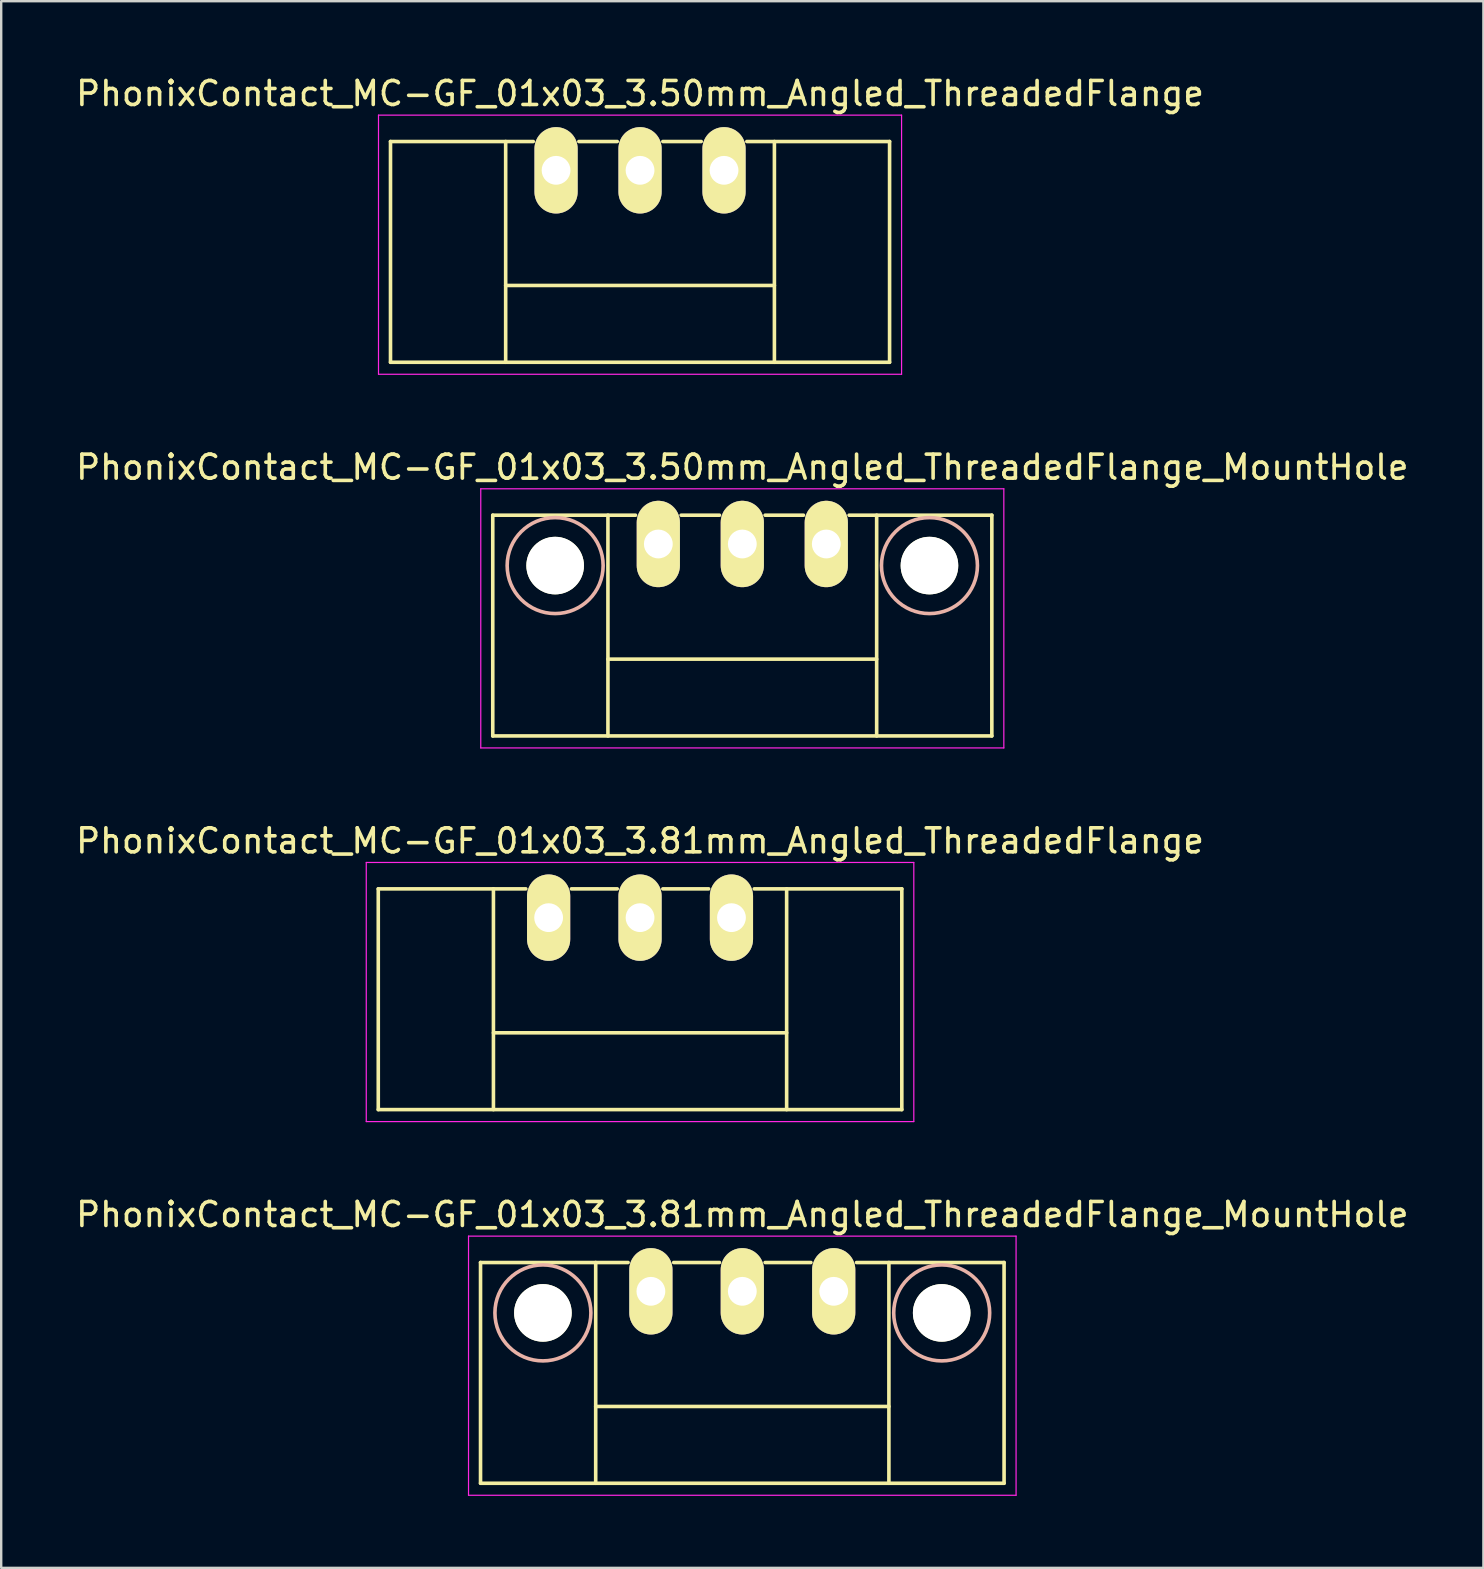
<source format=kicad_pcb>
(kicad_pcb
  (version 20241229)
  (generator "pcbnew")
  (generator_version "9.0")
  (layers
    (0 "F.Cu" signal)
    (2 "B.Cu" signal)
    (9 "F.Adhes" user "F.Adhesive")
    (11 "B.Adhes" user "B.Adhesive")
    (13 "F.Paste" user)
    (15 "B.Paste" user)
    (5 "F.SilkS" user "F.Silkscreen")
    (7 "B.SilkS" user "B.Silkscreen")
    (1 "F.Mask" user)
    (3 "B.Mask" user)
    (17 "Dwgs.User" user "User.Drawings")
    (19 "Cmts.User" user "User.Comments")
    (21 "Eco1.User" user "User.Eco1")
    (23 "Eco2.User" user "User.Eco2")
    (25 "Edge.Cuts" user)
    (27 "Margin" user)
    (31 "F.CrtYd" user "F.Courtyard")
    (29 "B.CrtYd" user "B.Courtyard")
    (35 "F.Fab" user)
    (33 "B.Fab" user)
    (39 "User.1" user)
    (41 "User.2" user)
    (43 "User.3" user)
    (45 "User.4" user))
  (footprint "PhonixContact_MC-GF_01x03_3.50mm_Angled_ThreadedFlange"
    (layer "F.Cu")
    (at 20.125 4.048)
    (property "Reference" "PhonixContact_MC-GF_01x03_3.50mm_Angled_ThreadedFlange" (at 3.5 -3.2 0) (layer "F.SilkS") (effects (font (size 1 1) (thickness 0.15))))
    (attr through_hole)
    (fp_line (start -6.9 -1.2) (end -6.9 8) (stroke (width 0.15) (type solid)) (layer "F.SilkS"))
    (fp_line (start -6.9 -1.2) (end -0.95 -1.2) (stroke (width 0.15) (type solid)) (layer "F.SilkS"))
    (fp_line (start -6.9 8) (end 13.9 8) (stroke (width 0.15) (type solid)) (layer "F.SilkS"))
    (fp_line (start -2.1 -1.2) (end -2.1 8) (stroke (width 0.15) (type solid)) (layer "F.SilkS"))
    (fp_line (start -2.1 4.8) (end 9.1 4.8) (stroke (width 0.15) (type solid)) (layer "F.SilkS"))
    (fp_line (start 0.95 -1.2) (end 2.55 -1.2) (stroke (width 0.15) (type solid)) (layer "F.SilkS"))
    (fp_line (start 4.45 -1.2) (end 6.05 -1.2) (stroke (width 0.15) (type solid)) (layer "F.SilkS"))
    (fp_line (start 9.1 -1.2) (end 9.1 8) (stroke (width 0.15) (type solid)) (layer "F.SilkS"))
    (fp_line (start 13.9 -1.2) (end 7.95 -1.2) (stroke (width 0.15) (type solid)) (layer "F.SilkS"))
    (fp_line (start 13.9 8) (end 13.9 -1.2) (stroke (width 0.15) (type solid)) (layer "F.SilkS"))
    (fp_line (start -7.4 -2.3) (end -7.4 8.5) (stroke (width 0.05) (type solid)) (layer "F.CrtYd"))
    (fp_line (start -7.4 8.5) (end 14.4 8.5) (stroke (width 0.05) (type solid)) (layer "F.CrtYd"))
    (fp_line (start 14.4 -2.3) (end -7.4 -2.3) (stroke (width 0.05) (type solid)) (layer "F.CrtYd"))
    (fp_line (start 14.4 8.5) (end 14.4 -2.3) (stroke (width 0.05) (type solid)) (layer "F.CrtYd"))
    (pad "1" thru_hole oval (at 0 0) (size 1.8 3.6) (drill 1.2) (layers "*.Cu" "*.Mask" "F.SilkS"))
    (pad "2" thru_hole oval (at 3.5 0) (size 1.8 3.6) (drill 1.2) (layers "*.Cu" "*.Mask" "F.SilkS"))
    (pad "3" thru_hole oval (at 7 0) (size 1.8 3.6) (drill 1.2) (layers "*.Cu" "*.Mask" "F.SilkS")))
  (footprint "PhonixContact_MC-GF_01x03_3.81mm_Angled_ThreadedFlange_MountHole"
    (layer "F.Cu")
    (at 24.077 50.768)
    (property "Reference" "PhonixContact_MC-GF_01x03_3.81mm_Angled_ThreadedFlange_MountHole" (at 3.81 -3.2 0) (layer "F.SilkS") (effects (font (size 1 1) (thickness 0.15))))
    (attr through_hole)
    (fp_line (start -7.1 -1.2) (end -7.1 8) (stroke (width 0.15) (type solid)) (layer "F.SilkS"))
    (fp_line (start -7.1 -1.2) (end -0.95 -1.2) (stroke (width 0.15) (type solid)) (layer "F.SilkS"))
    (fp_line (start -7.1 8) (end 14.72 8) (stroke (width 0.15) (type solid)) (layer "F.SilkS"))
    (fp_line (start -2.3 -1.2) (end -2.3 8) (stroke (width 0.15) (type solid)) (layer "F.SilkS"))
    (fp_line (start -2.3 4.8) (end 9.92 4.8) (stroke (width 0.15) (type solid)) (layer "F.SilkS"))
    (fp_line (start 0.95 -1.2) (end 2.86 -1.2) (stroke (width 0.15) (type solid)) (layer "F.SilkS"))
    (fp_line (start 4.76 -1.2) (end 6.67 -1.2) (stroke (width 0.15) (type solid)) (layer "F.SilkS"))
    (fp_line (start 9.92 -1.2) (end 9.92 8) (stroke (width 0.15) (type solid)) (layer "F.SilkS"))
    (fp_line (start 14.72 -1.2) (end 8.57 -1.2) (stroke (width 0.15) (type solid)) (layer "F.SilkS"))
    (fp_line (start 14.72 8) (end 14.72 -1.2) (stroke (width 0.15) (type solid)) (layer "F.SilkS"))
    (fp_circle (center -4.5 0.9) (end -2.5 0.9) (stroke (width 0.15) (type solid)) (fill no) (layer "B.SilkS"))
    (fp_circle (center 12.12 0.9) (end 14.12 0.9) (stroke (width 0.15) (type solid)) (fill no) (layer "B.SilkS"))
    (fp_line (start -7.6 -2.3) (end -7.6 8.5) (stroke (width 0.05) (type solid)) (layer "F.CrtYd"))
    (fp_line (start -7.6 8.5) (end 15.22 8.5) (stroke (width 0.05) (type solid)) (layer "F.CrtYd"))
    (fp_line (start 15.22 -2.3) (end -7.6 -2.3) (stroke (width 0.05) (type solid)) (layer "F.CrtYd"))
    (fp_line (start 15.22 8.5) (end 15.22 -2.3) (stroke (width 0.05) (type solid)) (layer "F.CrtYd"))
    (pad "" np_thru_hole circle (at -4.5 0.9) (size 2.4 2.4) (drill 2.4) (layers "*.Cu" "*.Mask" "F.SilkS"))
    (pad "" np_thru_hole circle (at 12.12 0.9) (size 2.4 2.4) (drill 2.4) (layers "*.Cu" "*.Mask" "F.SilkS"))
    (pad "1" thru_hole oval (at 0 0) (size 1.8 3.6) (drill 1.2) (layers "*.Cu" "*.Mask" "F.SilkS"))
    (pad "2" thru_hole oval (at 3.81 0) (size 1.8 3.6) (drill 1.2) (layers "*.Cu" "*.Mask" "F.SilkS"))
    (pad "3" thru_hole oval (at 7.62 0) (size 1.8 3.6) (drill 1.2) (layers "*.Cu" "*.Mask" "F.SilkS")))
  (footprint "PhonixContact_MC-GF_01x03_3.50mm_Angled_ThreadedFlange_MountHole"
    (layer "F.Cu")
    (at 24.387 19.622)
    (property "Reference" "PhonixContact_MC-GF_01x03_3.50mm_Angled_ThreadedFlange_MountHole" (at 3.5 -3.2 0) (layer "F.SilkS") (effects (font (size 1 1) (thickness 0.15))))
    (attr through_hole)
    (fp_line (start -6.9 -1.2) (end -6.9 8) (stroke (width 0.15) (type solid)) (layer "F.SilkS"))
    (fp_line (start -6.9 -1.2) (end -0.95 -1.2) (stroke (width 0.15) (type solid)) (layer "F.SilkS"))
    (fp_line (start -6.9 8) (end 13.9 8) (stroke (width 0.15) (type solid)) (layer "F.SilkS"))
    (fp_line (start -2.1 -1.2) (end -2.1 8) (stroke (width 0.15) (type solid)) (layer "F.SilkS"))
    (fp_line (start -2.1 4.8) (end 9.1 4.8) (stroke (width 0.15) (type solid)) (layer "F.SilkS"))
    (fp_line (start 0.95 -1.2) (end 2.55 -1.2) (stroke (width 0.15) (type solid)) (layer "F.SilkS"))
    (fp_line (start 4.45 -1.2) (end 6.05 -1.2) (stroke (width 0.15) (type solid)) (layer "F.SilkS"))
    (fp_line (start 9.1 -1.2) (end 9.1 8) (stroke (width 0.15) (type solid)) (layer "F.SilkS"))
    (fp_line (start 13.9 -1.2) (end 7.95 -1.2) (stroke (width 0.15) (type solid)) (layer "F.SilkS"))
    (fp_line (start 13.9 8) (end 13.9 -1.2) (stroke (width 0.15) (type solid)) (layer "F.SilkS"))
    (fp_circle (center -4.3 0.9) (end -2.3 0.9) (stroke (width 0.15) (type solid)) (fill no) (layer "B.SilkS"))
    (fp_circle (center 11.3 0.9) (end 13.3 0.9) (stroke (width 0.15) (type solid)) (fill no) (layer "B.SilkS"))
    (fp_line (start -7.4 -2.3) (end -7.4 8.5) (stroke (width 0.05) (type solid)) (layer "F.CrtYd"))
    (fp_line (start -7.4 8.5) (end 14.4 8.5) (stroke (width 0.05) (type solid)) (layer "F.CrtYd"))
    (fp_line (start 14.4 -2.3) (end -7.4 -2.3) (stroke (width 0.05) (type solid)) (layer "F.CrtYd"))
    (fp_line (start 14.4 8.5) (end 14.4 -2.3) (stroke (width 0.05) (type solid)) (layer "F.CrtYd"))
    (pad "" np_thru_hole circle (at -4.3 0.9) (size 2.4 2.4) (drill 2.4) (layers "*.Cu" "*.Mask" "F.SilkS"))
    (pad "" np_thru_hole circle (at 11.3 0.9) (size 2.4 2.4) (drill 2.4) (layers "*.Cu" "*.Mask" "F.SilkS"))
    (pad "1" thru_hole oval (at 0 0) (size 1.8 3.6) (drill 1.2) (layers "*.Cu" "*.Mask" "F.SilkS"))
    (pad "2" thru_hole oval (at 3.5 0) (size 1.8 3.6) (drill 1.2) (layers "*.Cu" "*.Mask" "F.SilkS"))
    (pad "3" thru_hole oval (at 7 0) (size 1.8 3.6) (drill 1.2) (layers "*.Cu" "*.Mask" "F.SilkS")))
  (footprint "PhonixContact_MC-GF_01x03_3.81mm_Angled_ThreadedFlange"
    (layer "F.Cu")
    (at 19.815 35.195)
    (property "Reference" "PhonixContact_MC-GF_01x03_3.81mm_Angled_ThreadedFlange" (at 3.81 -3.2 0) (layer "F.SilkS") (effects (font (size 1 1) (thickness 0.15))))
    (attr through_hole)
    (fp_line (start -7.1 -1.2) (end -7.1 8) (stroke (width 0.15) (type solid)) (layer "F.SilkS"))
    (fp_line (start -7.1 -1.2) (end -0.95 -1.2) (stroke (width 0.15) (type solid)) (layer "F.SilkS"))
    (fp_line (start -7.1 8) (end 14.72 8) (stroke (width 0.15) (type solid)) (layer "F.SilkS"))
    (fp_line (start -2.3 -1.2) (end -2.3 8) (stroke (width 0.15) (type solid)) (layer "F.SilkS"))
    (fp_line (start -2.3 4.8) (end 9.92 4.8) (stroke (width 0.15) (type solid)) (layer "F.SilkS"))
    (fp_line (start 0.95 -1.2) (end 2.86 -1.2) (stroke (width 0.15) (type solid)) (layer "F.SilkS"))
    (fp_line (start 4.76 -1.2) (end 6.67 -1.2) (stroke (width 0.15) (type solid)) (layer "F.SilkS"))
    (fp_line (start 9.92 -1.2) (end 9.92 8) (stroke (width 0.15) (type solid)) (layer "F.SilkS"))
    (fp_line (start 14.72 -1.2) (end 8.57 -1.2) (stroke (width 0.15) (type solid)) (layer "F.SilkS"))
    (fp_line (start 14.72 8) (end 14.72 -1.2) (stroke (width 0.15) (type solid)) (layer "F.SilkS"))
    (fp_line (start -7.6 -2.3) (end -7.6 8.5) (stroke (width 0.05) (type solid)) (layer "F.CrtYd"))
    (fp_line (start -7.6 8.5) (end 15.22 8.5) (stroke (width 0.05) (type solid)) (layer "F.CrtYd"))
    (fp_line (start 15.22 -2.3) (end -7.6 -2.3) (stroke (width 0.05) (type solid)) (layer "F.CrtYd"))
    (fp_line (start 15.22 8.5) (end 15.22 -2.3) (stroke (width 0.05) (type solid)) (layer "F.CrtYd"))
    (pad "1" thru_hole oval (at 0 0) (size 1.8 3.6) (drill 1.2) (layers "*.Cu" "*.Mask" "F.SilkS"))
    (pad "2" thru_hole oval (at 3.81 0) (size 1.8 3.6) (drill 1.2) (layers "*.Cu" "*.Mask" "F.SilkS"))
    (pad "3" thru_hole oval (at 7.62 0) (size 1.8 3.6) (drill 1.2) (layers "*.Cu" "*.Mask" "F.SilkS")))
  (gr_rect
    (start -3 -3)
    (end 58.774 62.293)
    (stroke (width 0.1) (type default))
    (fill no)
    (layer "Edge.Cuts")))
</source>
